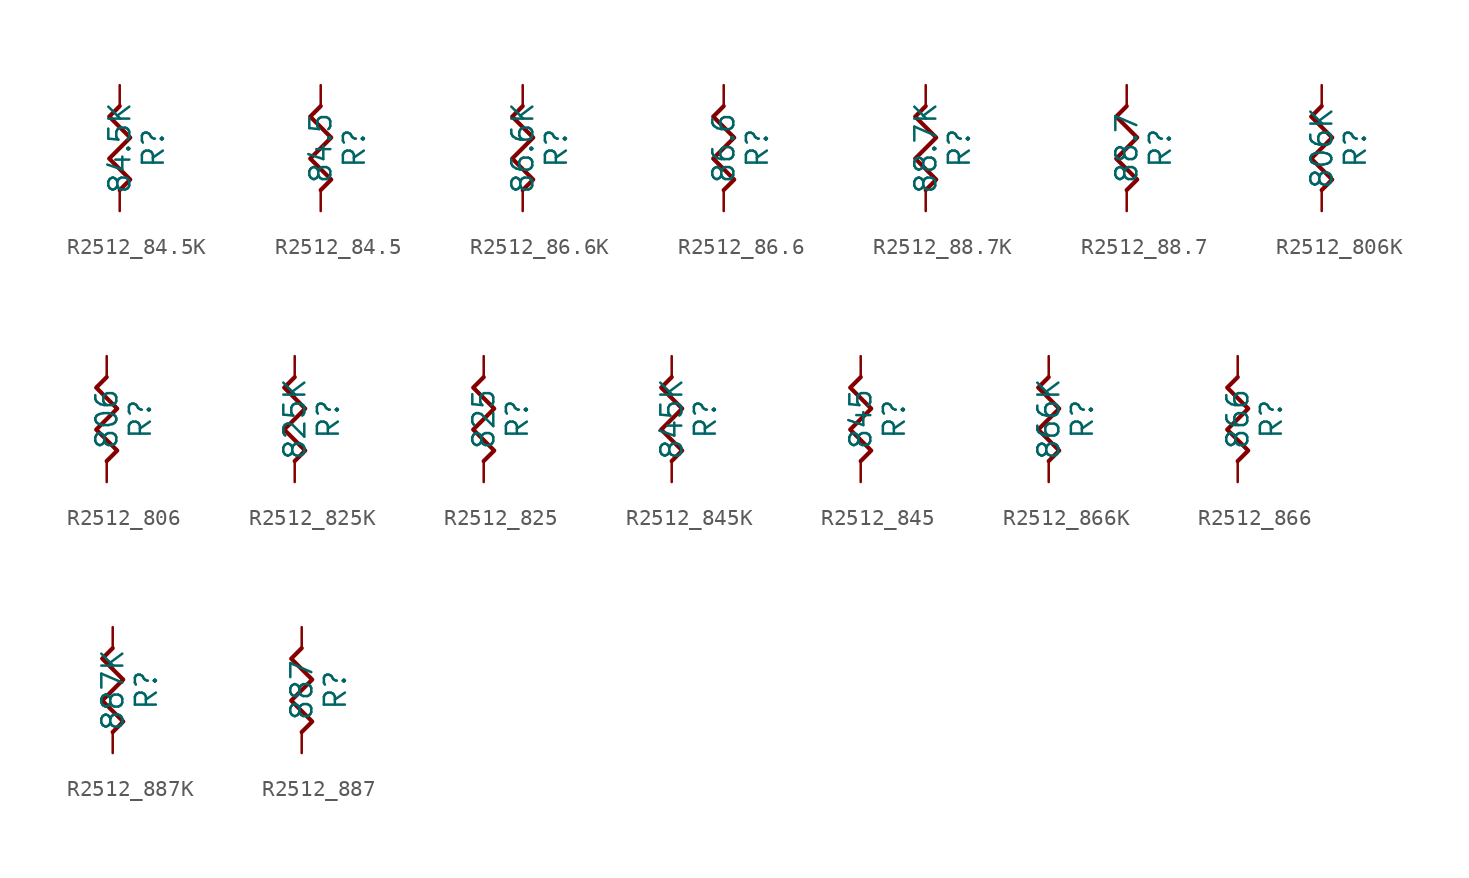
<source format=kicad_sym>
(kicad_symbol_lib
  (version 20211014)
  (generator atlantix-eda)
  (symbol "R2512_84.5K"
    (pin_numbers hide)
    (pin_names
      (offset 0))
    (property "Reference" "R"
      (at 2.032 0 90)
      (effects (font (size 1.27 1.27))))
    (property "Value" "84.5K"
      (at 0 0 90)
      (effects (font (size 1.27 1.27))))
    (symbol "R2512_84.5K_0_1"
      (polyline (pts (xy 0 -2.54) (xy 0.635 -1.905) (xy -0.635 -0.635) (xy 0.635 0.635) (xy -0.635 1.905) (xy 0 2.54)) (stroke (width 0.254) (type default) (color 0 0 0 0)) (fill (type none))))
    (symbol "R2512_84.5K_1_1"
      (pin passive line (at 0 3.81 270) (length 1.27) (name "~" (effects (font (size 1.27 1.27)))) (number "1" (effects (font (size 1.27 1.27)))))
      (pin passive line (at 0 -3.81 90) (length 1.27) (name "~" (effects (font (size 1.27 1.27)))) (number "2" (effects (font (size 1.27 1.27)))))))
  (symbol "R2512_84.5"
    (pin_numbers hide)
    (pin_names
      (offset 0))
    (property "Reference" "R"
      (at 2.032 0 90)
      (effects (font (size 1.27 1.27))))
    (property "Value" "84.5"
      (at 0 0 90)
      (effects (font (size 1.27 1.27))))
    (symbol "R2512_84.5_0_1"
      (polyline (pts (xy 0 -2.54) (xy 0.635 -1.905) (xy -0.635 -0.635) (xy 0.635 0.635) (xy -0.635 1.905) (xy 0 2.54)) (stroke (width 0.254) (type default) (color 0 0 0 0)) (fill (type none))))
    (symbol "R2512_84.5_1_1"
      (pin passive line (at 0 3.81 270) (length 1.27) (name "~" (effects (font (size 1.27 1.27)))) (number "1" (effects (font (size 1.27 1.27)))))
      (pin passive line (at 0 -3.81 90) (length 1.27) (name "~" (effects (font (size 1.27 1.27)))) (number "2" (effects (font (size 1.27 1.27)))))))
  (symbol "R2512_86.6K"
    (pin_numbers hide)
    (pin_names
      (offset 0))
    (property "Reference" "R"
      (at 2.032 0 90)
      (effects (font (size 1.27 1.27))))
    (property "Value" "86.6K"
      (at 0 0 90)
      (effects (font (size 1.27 1.27))))
    (symbol "R2512_86.6K_0_1"
      (polyline (pts (xy 0 -2.54) (xy 0.635 -1.905) (xy -0.635 -0.635) (xy 0.635 0.635) (xy -0.635 1.905) (xy 0 2.54)) (stroke (width 0.254) (type default) (color 0 0 0 0)) (fill (type none))))
    (symbol "R2512_86.6K_1_1"
      (pin passive line (at 0 3.81 270) (length 1.27) (name "~" (effects (font (size 1.27 1.27)))) (number "1" (effects (font (size 1.27 1.27)))))
      (pin passive line (at 0 -3.81 90) (length 1.27) (name "~" (effects (font (size 1.27 1.27)))) (number "2" (effects (font (size 1.27 1.27)))))))
  (symbol "R2512_86.6"
    (pin_numbers hide)
    (pin_names
      (offset 0))
    (property "Reference" "R"
      (at 2.032 0 90)
      (effects (font (size 1.27 1.27))))
    (property "Value" "86.6"
      (at 0 0 90)
      (effects (font (size 1.27 1.27))))
    (symbol "R2512_86.6_0_1"
      (polyline (pts (xy 0 -2.54) (xy 0.635 -1.905) (xy -0.635 -0.635) (xy 0.635 0.635) (xy -0.635 1.905) (xy 0 2.54)) (stroke (width 0.254) (type default) (color 0 0 0 0)) (fill (type none))))
    (symbol "R2512_86.6_1_1"
      (pin passive line (at 0 3.81 270) (length 1.27) (name "~" (effects (font (size 1.27 1.27)))) (number "1" (effects (font (size 1.27 1.27)))))
      (pin passive line (at 0 -3.81 90) (length 1.27) (name "~" (effects (font (size 1.27 1.27)))) (number "2" (effects (font (size 1.27 1.27)))))))
  (symbol "R2512_88.7K"
    (pin_numbers hide)
    (pin_names
      (offset 0))
    (property "Reference" "R"
      (at 2.032 0 90)
      (effects (font (size 1.27 1.27))))
    (property "Value" "88.7K"
      (at 0 0 90)
      (effects (font (size 1.27 1.27))))
    (symbol "R2512_88.7K_0_1"
      (polyline (pts (xy 0 -2.54) (xy 0.635 -1.905) (xy -0.635 -0.635) (xy 0.635 0.635) (xy -0.635 1.905) (xy 0 2.54)) (stroke (width 0.254) (type default) (color 0 0 0 0)) (fill (type none))))
    (symbol "R2512_88.7K_1_1"
      (pin passive line (at 0 3.81 270) (length 1.27) (name "~" (effects (font (size 1.27 1.27)))) (number "1" (effects (font (size 1.27 1.27)))))
      (pin passive line (at 0 -3.81 90) (length 1.27) (name "~" (effects (font (size 1.27 1.27)))) (number "2" (effects (font (size 1.27 1.27)))))))
  (symbol "R2512_88.7"
    (pin_numbers hide)
    (pin_names
      (offset 0))
    (property "Reference" "R"
      (at 2.032 0 90)
      (effects (font (size 1.27 1.27))))
    (property "Value" "88.7"
      (at 0 0 90)
      (effects (font (size 1.27 1.27))))
    (symbol "R2512_88.7_0_1"
      (polyline (pts (xy 0 -2.54) (xy 0.635 -1.905) (xy -0.635 -0.635) (xy 0.635 0.635) (xy -0.635 1.905) (xy 0 2.54)) (stroke (width 0.254) (type default) (color 0 0 0 0)) (fill (type none))))
    (symbol "R2512_88.7_1_1"
      (pin passive line (at 0 3.81 270) (length 1.27) (name "~" (effects (font (size 1.27 1.27)))) (number "1" (effects (font (size 1.27 1.27)))))
      (pin passive line (at 0 -3.81 90) (length 1.27) (name "~" (effects (font (size 1.27 1.27)))) (number "2" (effects (font (size 1.27 1.27)))))))
  (symbol "R2512_806K"
    (pin_numbers hide)
    (pin_names
      (offset 0))
    (property "Reference" "R"
      (at 2.032 0 90)
      (effects (font (size 1.27 1.27))))
    (property "Value" "806K"
      (at 0 0 90)
      (effects (font (size 1.27 1.27))))
    (symbol "R2512_806K_0_1"
      (polyline (pts (xy 0 -2.54) (xy 0.635 -1.905) (xy -0.635 -0.635) (xy 0.635 0.635) (xy -0.635 1.905) (xy 0 2.54)) (stroke (width 0.254) (type default) (color 0 0 0 0)) (fill (type none))))
    (symbol "R2512_806K_1_1"
      (pin passive line (at 0 3.81 270) (length 1.27) (name "~" (effects (font (size 1.27 1.27)))) (number "1" (effects (font (size 1.27 1.27)))))
      (pin passive line (at 0 -3.81 90) (length 1.27) (name "~" (effects (font (size 1.27 1.27)))) (number "2" (effects (font (size 1.27 1.27)))))))
  (symbol "R2512_806"
    (pin_numbers hide)
    (pin_names
      (offset 0))
    (property "Reference" "R"
      (at 2.032 0 90)
      (effects (font (size 1.27 1.27))))
    (property "Value" "806"
      (at 0 0 90)
      (effects (font (size 1.27 1.27))))
    (symbol "R2512_806_0_1"
      (polyline (pts (xy 0 -2.54) (xy 0.635 -1.905) (xy -0.635 -0.635) (xy 0.635 0.635) (xy -0.635 1.905) (xy 0 2.54)) (stroke (width 0.254) (type default) (color 0 0 0 0)) (fill (type none))))
    (symbol "R2512_806_1_1"
      (pin passive line (at 0 3.81 270) (length 1.27) (name "~" (effects (font (size 1.27 1.27)))) (number "1" (effects (font (size 1.27 1.27)))))
      (pin passive line (at 0 -3.81 90) (length 1.27) (name "~" (effects (font (size 1.27 1.27)))) (number "2" (effects (font (size 1.27 1.27)))))))
  (symbol "R2512_825K"
    (pin_numbers hide)
    (pin_names
      (offset 0))
    (property "Reference" "R"
      (at 2.032 0 90)
      (effects (font (size 1.27 1.27))))
    (property "Value" "825K"
      (at 0 0 90)
      (effects (font (size 1.27 1.27))))
    (symbol "R2512_825K_0_1"
      (polyline (pts (xy 0 -2.54) (xy 0.635 -1.905) (xy -0.635 -0.635) (xy 0.635 0.635) (xy -0.635 1.905) (xy 0 2.54)) (stroke (width 0.254) (type default) (color 0 0 0 0)) (fill (type none))))
    (symbol "R2512_825K_1_1"
      (pin passive line (at 0 3.81 270) (length 1.27) (name "~" (effects (font (size 1.27 1.27)))) (number "1" (effects (font (size 1.27 1.27)))))
      (pin passive line (at 0 -3.81 90) (length 1.27) (name "~" (effects (font (size 1.27 1.27)))) (number "2" (effects (font (size 1.27 1.27)))))))
  (symbol "R2512_825"
    (pin_numbers hide)
    (pin_names
      (offset 0))
    (property "Reference" "R"
      (at 2.032 0 90)
      (effects (font (size 1.27 1.27))))
    (property "Value" "825"
      (at 0 0 90)
      (effects (font (size 1.27 1.27))))
    (symbol "R2512_825_0_1"
      (polyline (pts (xy 0 -2.54) (xy 0.635 -1.905) (xy -0.635 -0.635) (xy 0.635 0.635) (xy -0.635 1.905) (xy 0 2.54)) (stroke (width 0.254) (type default) (color 0 0 0 0)) (fill (type none))))
    (symbol "R2512_825_1_1"
      (pin passive line (at 0 3.81 270) (length 1.27) (name "~" (effects (font (size 1.27 1.27)))) (number "1" (effects (font (size 1.27 1.27)))))
      (pin passive line (at 0 -3.81 90) (length 1.27) (name "~" (effects (font (size 1.27 1.27)))) (number "2" (effects (font (size 1.27 1.27)))))))
  (symbol "R2512_845K"
    (pin_numbers hide)
    (pin_names
      (offset 0))
    (property "Reference" "R"
      (at 2.032 0 90)
      (effects (font (size 1.27 1.27))))
    (property "Value" "845K"
      (at 0 0 90)
      (effects (font (size 1.27 1.27))))
    (symbol "R2512_845K_0_1"
      (polyline (pts (xy 0 -2.54) (xy 0.635 -1.905) (xy -0.635 -0.635) (xy 0.635 0.635) (xy -0.635 1.905) (xy 0 2.54)) (stroke (width 0.254) (type default) (color 0 0 0 0)) (fill (type none))))
    (symbol "R2512_845K_1_1"
      (pin passive line (at 0 3.81 270) (length 1.27) (name "~" (effects (font (size 1.27 1.27)))) (number "1" (effects (font (size 1.27 1.27)))))
      (pin passive line (at 0 -3.81 90) (length 1.27) (name "~" (effects (font (size 1.27 1.27)))) (number "2" (effects (font (size 1.27 1.27)))))))
  (symbol "R2512_845"
    (pin_numbers hide)
    (pin_names
      (offset 0))
    (property "Reference" "R"
      (at 2.032 0 90)
      (effects (font (size 1.27 1.27))))
    (property "Value" "845"
      (at 0 0 90)
      (effects (font (size 1.27 1.27))))
    (symbol "R2512_845_0_1"
      (polyline (pts (xy 0 -2.54) (xy 0.635 -1.905) (xy -0.635 -0.635) (xy 0.635 0.635) (xy -0.635 1.905) (xy 0 2.54)) (stroke (width 0.254) (type default) (color 0 0 0 0)) (fill (type none))))
    (symbol "R2512_845_1_1"
      (pin passive line (at 0 3.81 270) (length 1.27) (name "~" (effects (font (size 1.27 1.27)))) (number "1" (effects (font (size 1.27 1.27)))))
      (pin passive line (at 0 -3.81 90) (length 1.27) (name "~" (effects (font (size 1.27 1.27)))) (number "2" (effects (font (size 1.27 1.27)))))))
  (symbol "R2512_866K"
    (pin_numbers hide)
    (pin_names
      (offset 0))
    (property "Reference" "R"
      (at 2.032 0 90)
      (effects (font (size 1.27 1.27))))
    (property "Value" "866K"
      (at 0 0 90)
      (effects (font (size 1.27 1.27))))
    (symbol "R2512_866K_0_1"
      (polyline (pts (xy 0 -2.54) (xy 0.635 -1.905) (xy -0.635 -0.635) (xy 0.635 0.635) (xy -0.635 1.905) (xy 0 2.54)) (stroke (width 0.254) (type default) (color 0 0 0 0)) (fill (type none))))
    (symbol "R2512_866K_1_1"
      (pin passive line (at 0 3.81 270) (length 1.27) (name "~" (effects (font (size 1.27 1.27)))) (number "1" (effects (font (size 1.27 1.27)))))
      (pin passive line (at 0 -3.81 90) (length 1.27) (name "~" (effects (font (size 1.27 1.27)))) (number "2" (effects (font (size 1.27 1.27)))))))
  (symbol "R2512_866"
    (pin_numbers hide)
    (pin_names
      (offset 0))
    (property "Reference" "R"
      (at 2.032 0 90)
      (effects (font (size 1.27 1.27))))
    (property "Value" "866"
      (at 0 0 90)
      (effects (font (size 1.27 1.27))))
    (symbol "R2512_866_0_1"
      (polyline (pts (xy 0 -2.54) (xy 0.635 -1.905) (xy -0.635 -0.635) (xy 0.635 0.635) (xy -0.635 1.905) (xy 0 2.54)) (stroke (width 0.254) (type default) (color 0 0 0 0)) (fill (type none))))
    (symbol "R2512_866_1_1"
      (pin passive line (at 0 3.81 270) (length 1.27) (name "~" (effects (font (size 1.27 1.27)))) (number "1" (effects (font (size 1.27 1.27)))))
      (pin passive line (at 0 -3.81 90) (length 1.27) (name "~" (effects (font (size 1.27 1.27)))) (number "2" (effects (font (size 1.27 1.27)))))))
  (symbol "R2512_887K"
    (pin_numbers hide)
    (pin_names
      (offset 0))
    (property "Reference" "R"
      (at 2.032 0 90)
      (effects (font (size 1.27 1.27))))
    (property "Value" "887K"
      (at 0 0 90)
      (effects (font (size 1.27 1.27))))
    (symbol "R2512_887K_0_1"
      (polyline (pts (xy 0 -2.54) (xy 0.635 -1.905) (xy -0.635 -0.635) (xy 0.635 0.635) (xy -0.635 1.905) (xy 0 2.54)) (stroke (width 0.254) (type default) (color 0 0 0 0)) (fill (type none))))
    (symbol "R2512_887K_1_1"
      (pin passive line (at 0 3.81 270) (length 1.27) (name "~" (effects (font (size 1.27 1.27)))) (number "1" (effects (font (size 1.27 1.27)))))
      (pin passive line (at 0 -3.81 90) (length 1.27) (name "~" (effects (font (size 1.27 1.27)))) (number "2" (effects (font (size 1.27 1.27)))))))
  (symbol "R2512_887"
    (pin_numbers hide)
    (pin_names
      (offset 0))
    (property "Reference" "R"
      (at 2.032 0 90)
      (effects (font (size 1.27 1.27))))
    (property "Value" "887"
      (at 0 0 90)
      (effects (font (size 1.27 1.27))))
    (symbol "R2512_887_0_1"
      (polyline (pts (xy 0 -2.54) (xy 0.635 -1.905) (xy -0.635 -0.635) (xy 0.635 0.635) (xy -0.635 1.905) (xy 0 2.54)) (stroke (width 0.254) (type default) (color 0 0 0 0)) (fill (type none))))
    (symbol "R2512_887_1_1"
      (pin passive line (at 0 3.81 270) (length 1.27) (name "~" (effects (font (size 1.27 1.27)))) (number "1" (effects (font (size 1.27 1.27)))))
      (pin passive line (at 0 -3.81 90) (length 1.27) (name "~" (effects (font (size 1.27 1.27)))) (number "2" (effects (font (size 1.27 1.27))))))))
</source>
